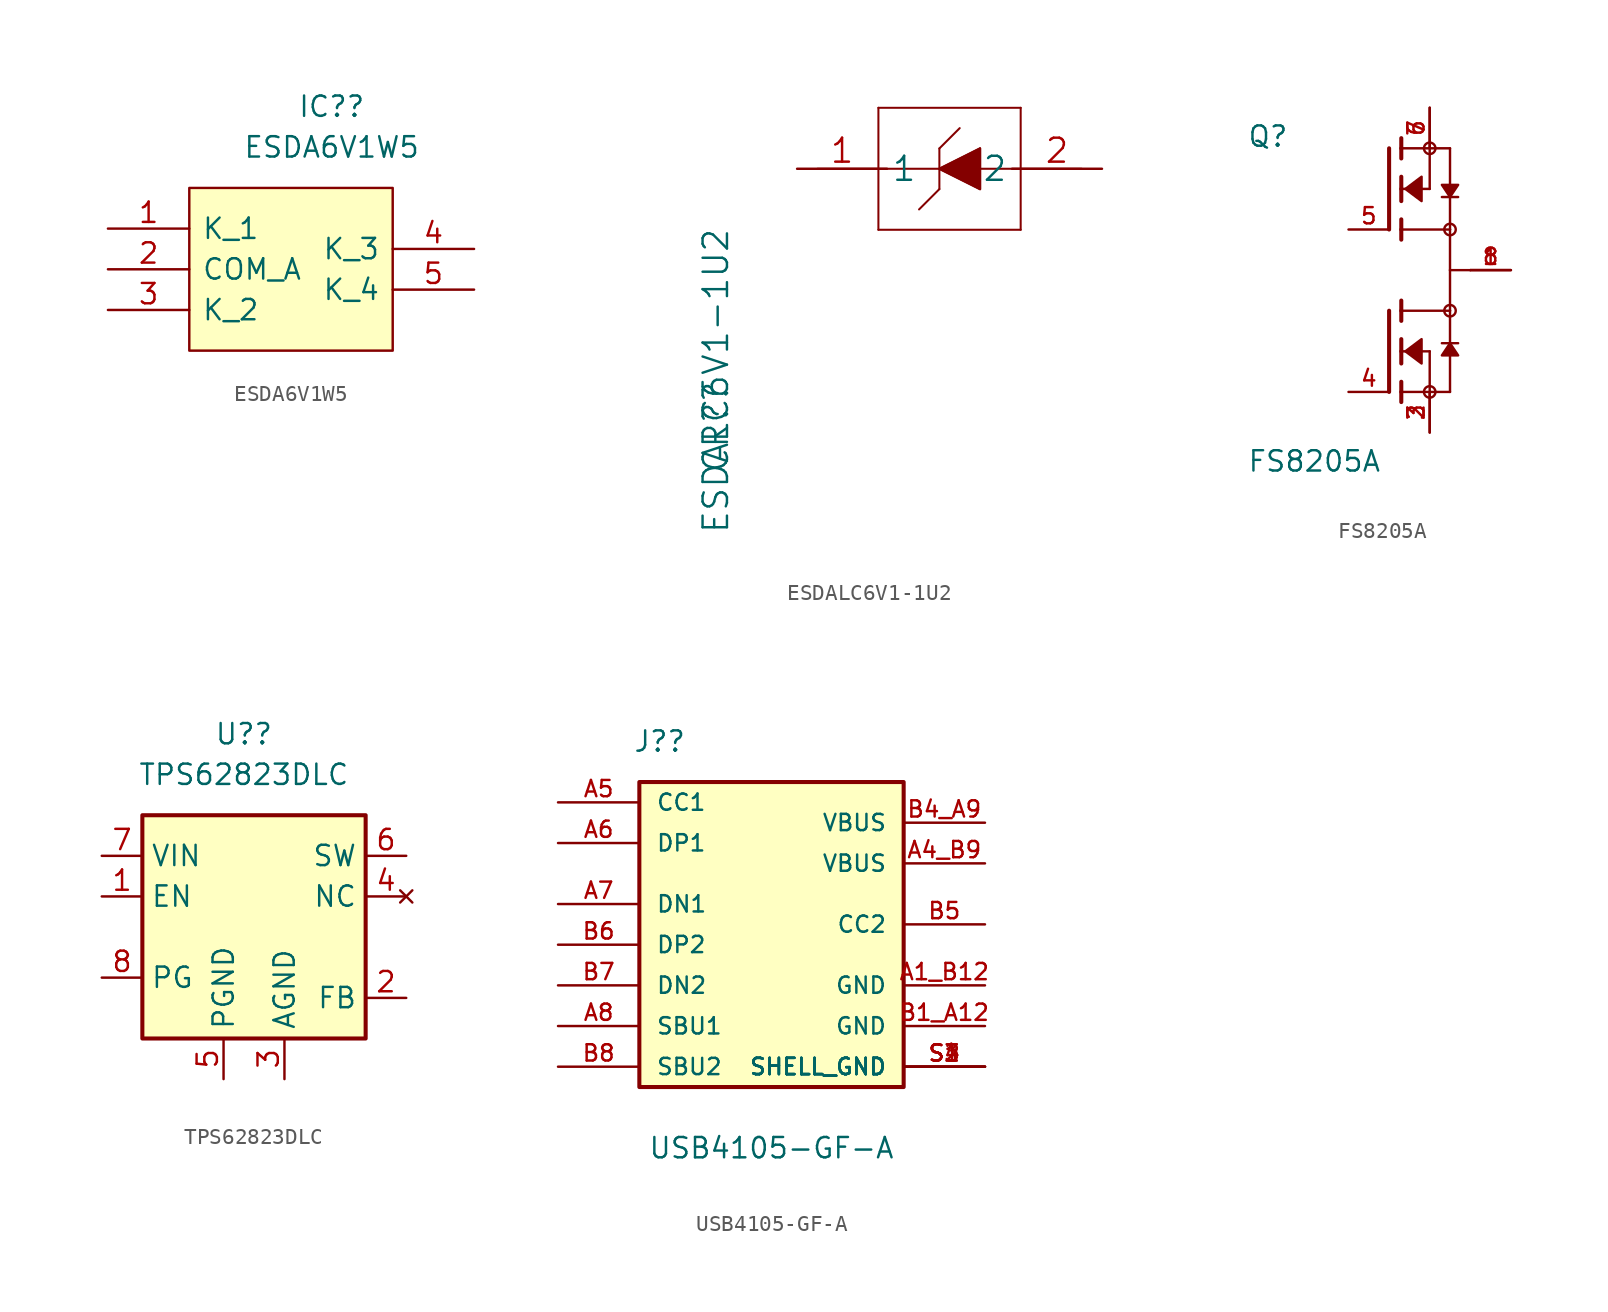
<source format=kicad_sym>
(kicad_symbol_lib
  (version 20211014)
  (generator kicad_symbol_editor)
  (symbol "ESDA6V1W5"
    (pin_names
      (offset 0.762))
    (property "Reference" "IC?"
      (at 13.97 7.62 0)
      (effects (font (size 1.27 1.27))))
    (property "Value" "ESDA6V1W5"
      (at 13.97 5.08 0)
      (effects (font (size 1.27 1.27))))
    (symbol "ESDA6V1W5_0_0"
      (pin passive line (at 0 0 0) (length 5.08) (name "K_1" (effects (font (size 1.27 1.27)))) (number "1" (effects (font (size 1.27 1.27)))))
      (pin passive line (at 0 -2.54 0) (length 5.08) (name "COM_A" (effects (font (size 1.27 1.27)))) (number "2" (effects (font (size 1.27 1.27)))))
      (pin passive line (at 0 -5.08 0) (length 5.08) (name "K_2" (effects (font (size 1.27 1.27)))) (number "3" (effects (font (size 1.27 1.27)))))
      (pin passive line (at 22.86 -1.27 180) (length 5.08) (name "K_3" (effects (font (size 1.27 1.27)))) (number "4" (effects (font (size 1.27 1.27)))))
      (pin passive line (at 22.86 -3.81 180) (length 5.08) (name "K_4" (effects (font (size 1.27 1.27)))) (number "5" (effects (font (size 1.27 1.27))))))
    (symbol "ESDA6V1W5_0_1"
      (polyline (pts (xy 5.08 2.54) (xy 17.78 2.54) (xy 17.78 -7.62) (xy 5.08 -7.62) (xy 5.08 2.54)) (stroke (width 0.152) (type default) (color 0 0 0 0)) (fill (type background)))))
  (symbol "ESDALC6V1-1U2"
    (pin_names
      (offset 0.254))
    (property "Reference" "CR?"
      (at 5.08 -19.05 90)
      (effects (font (size 1.524 1.524)) (justify left)))
    (property "Value" "ESDALC6V1-1U2"
      (at 5.08 -22.86 90)
      (effects (font (size 1.524 1.524)) (justify left)))
    (property "Datasheet" ""
      (at 0 0 0)
      (effects (font (size 1.524 1.524))))
    (property "ki_locked" ""
      (at 0 0 0)
      (effects (font (size 1.27 1.27))))
    (symbol "ESDALC6V1-1U2_1_1"
      (polyline (pts (xy 11.43 0) (xy 27.94 0)) (stroke (width 0.127) (type default) (color 0 0 0 0)) (fill (type none)))
      (polyline (pts (xy 15.24 -3.81) (xy 24.13 -3.81)) (stroke (width 0.127) (type default) (color 0 0 0 0)) (fill (type none)))
      (polyline (pts (xy 15.24 3.81) (xy 15.24 -3.81)) (stroke (width 0.127) (type default) (color 0 0 0 0)) (fill (type none)))
      (polyline (pts (xy 19.05 -1.27) (xy 17.78 -2.54)) (stroke (width 0.127) (type default) (color 0 0 0 0)) (fill (type none)))
      (polyline (pts (xy 19.05 0) (xy 21.59 1.27)) (stroke (width 0.127) (type default) (color 0 0 0 0)) (fill (type none)))
      (polyline (pts (xy 19.05 1.27) (xy 19.05 -1.27)) (stroke (width 0.127) (type default) (color 0 0 0 0)) (fill (type none)))
      (polyline (pts (xy 19.05 1.27) (xy 20.32 2.54)) (stroke (width 0.127) (type default) (color 0 0 0 0)) (fill (type none)))
      (polyline (pts (xy 21.59 -1.27) (xy 19.05 0)) (stroke (width 0.127) (type default) (color 0 0 0 0)) (fill (type none)))
      (polyline (pts (xy 21.59 1.27) (xy 21.59 -1.27)) (stroke (width 0.127) (type default) (color 0 0 0 0)) (fill (type none)))
      (polyline (pts (xy 24.13 -3.81) (xy 24.13 3.81)) (stroke (width 0.127) (type default) (color 0 0 0 0)) (fill (type none)))
      (polyline (pts (xy 24.13 3.81) (xy 15.24 3.81)) (stroke (width 0.127) (type default) (color 0 0 0 0)) (fill (type none)))
      (polyline (pts (xy 19.05 0) (xy 21.59 1.27) (xy 21.59 -1.27) (xy 19.05 0)) (stroke (width 0) (type default) (color 0 0 0 0)) (fill (type outline)))
      (pin unspecified line (at 10.16 0 0) (length 5.62) (name "1" (effects (font (size 1.499 1.499)))) (number "1" (effects (font (size 1.499 1.499)))))
      (pin unspecified line (at 29.21 0 180) (length 5.62) (name "2" (effects (font (size 1.499 1.499)))) (number "2" (effects (font (size 1.499 1.499)))))))
  (symbol "FS8205A"
    (pin_names
      (offset 1.016))
    (property "Reference" "Q"
      (at -11.43 7.62 0)
      (effects (font (size 1.27 1.27)) (justify left bottom)))
    (property "Value" "FS8205A"
      (at -11.43 -12.7 0)
      (effects (font (size 1.27 1.27)) (justify left bottom)))
    (symbol "FS8205A_0_0"
      (circle (center 0 -7.62) (radius 0.359) (stroke (width 0) (type default) (color 0 0 0 0)) (fill (type none)))
      (polyline (pts (xy -2.54 -2.54) (xy -2.54 -7.62)) (stroke (width 0.254) (type default) (color 0 0 0 0)) (fill (type none)))
      (polyline (pts (xy -2.54 7.62) (xy -2.54 2.54)) (stroke (width 0.254) (type default) (color 0 0 0 0)) (fill (type none)))
      (polyline (pts (xy -1.778 -7.62) (xy -1.778 -8.255)) (stroke (width 0.254) (type default) (color 0 0 0 0)) (fill (type none)))
      (polyline (pts (xy -1.778 -6.985) (xy -1.778 -7.62)) (stroke (width 0.254) (type default) (color 0 0 0 0)) (fill (type none)))
      (polyline (pts (xy -1.778 -5.08) (xy -1.778 -5.842)) (stroke (width 0.254) (type default) (color 0 0 0 0)) (fill (type none)))
      (polyline (pts (xy -1.778 -5.08) (xy 0 -5.08)) (stroke (width 0.152) (type default) (color 0 0 0 0)) (fill (type none)))
      (polyline (pts (xy -1.778 -4.318) (xy -1.778 -5.08)) (stroke (width 0.254) (type default) (color 0 0 0 0)) (fill (type none)))
      (polyline (pts (xy -1.778 -2.54) (xy -1.778 -3.175)) (stroke (width 0.254) (type default) (color 0 0 0 0)) (fill (type none)))
      (polyline (pts (xy -1.778 -2.54) (xy 1.27 -2.54)) (stroke (width 0.152) (type default) (color 0 0 0 0)) (fill (type none)))
      (polyline (pts (xy -1.778 -1.905) (xy -1.778 -2.54)) (stroke (width 0.254) (type default) (color 0 0 0 0)) (fill (type none)))
      (polyline (pts (xy -1.778 2.54) (xy -1.778 1.905)) (stroke (width 0.254) (type default) (color 0 0 0 0)) (fill (type none)))
      (polyline (pts (xy -1.778 3.175) (xy -1.778 2.54)) (stroke (width 0.254) (type default) (color 0 0 0 0)) (fill (type none)))
      (polyline (pts (xy -1.778 5.08) (xy -1.778 4.318)) (stroke (width 0.254) (type default) (color 0 0 0 0)) (fill (type none)))
      (polyline (pts (xy -1.778 5.08) (xy 0 5.08)) (stroke (width 0.152) (type default) (color 0 0 0 0)) (fill (type none)))
      (polyline (pts (xy -1.778 5.842) (xy -1.778 5.08)) (stroke (width 0.254) (type default) (color 0 0 0 0)) (fill (type none)))
      (polyline (pts (xy -1.778 7.62) (xy -1.778 6.985)) (stroke (width 0.254) (type default) (color 0 0 0 0)) (fill (type none)))
      (polyline (pts (xy -1.778 7.62) (xy 1.27 7.62)) (stroke (width 0.152) (type default) (color 0 0 0 0)) (fill (type none)))
      (polyline (pts (xy -1.778 8.255) (xy -1.778 7.62)) (stroke (width 0.254) (type default) (color 0 0 0 0)) (fill (type none)))
      (polyline (pts (xy 0 -7.62) (xy -1.778 -7.62)) (stroke (width 0.152) (type default) (color 0 0 0 0)) (fill (type none)))
      (polyline (pts (xy 0 -7.62) (xy 1.27 -7.62)) (stroke (width 0.152) (type default) (color 0 0 0 0)) (fill (type none)))
      (polyline (pts (xy 0 -5.08) (xy 0 -7.62)) (stroke (width 0.152) (type default) (color 0 0 0 0)) (fill (type none)))
      (polyline (pts (xy 0 7.62) (xy 0 5.08)) (stroke (width 0.152) (type default) (color 0 0 0 0)) (fill (type none)))
      (polyline (pts (xy 0.762 4.572) (xy 1.27 4.572)) (stroke (width 0.152) (type default) (color 0 0 0 0)) (fill (type none)))
      (polyline (pts (xy 1.27 -4.572) (xy 0.762 -4.572)) (stroke (width 0.152) (type default) (color 0 0 0 0)) (fill (type none)))
      (polyline (pts (xy 1.27 -4.572) (xy 1.27 -7.62)) (stroke (width 0.152) (type default) (color 0 0 0 0)) (fill (type none)))
      (polyline (pts (xy 1.27 -2.54) (xy 1.27 -4.572)) (stroke (width 0.152) (type default) (color 0 0 0 0)) (fill (type none)))
      (polyline (pts (xy 1.27 -2.54) (xy 1.27 0)) (stroke (width 0.152) (type default) (color 0 0 0 0)) (fill (type none)))
      (polyline (pts (xy 1.27 0) (xy 1.27 2.54)) (stroke (width 0.152) (type default) (color 0 0 0 0)) (fill (type none)))
      (polyline (pts (xy 1.27 0) (xy 2.54 0)) (stroke (width 0.152) (type default) (color 0 0 0 0)) (fill (type none)))
      (polyline (pts (xy 1.27 2.54) (xy -1.778 2.54)) (stroke (width 0.152) (type default) (color 0 0 0 0)) (fill (type none)))
      (polyline (pts (xy 1.27 2.54) (xy 1.27 4.572)) (stroke (width 0.152) (type default) (color 0 0 0 0)) (fill (type none)))
      (polyline (pts (xy 1.27 4.572) (xy 1.27 7.62)) (stroke (width 0.152) (type default) (color 0 0 0 0)) (fill (type none)))
      (polyline (pts (xy 1.27 4.572) (xy 1.778 4.572)) (stroke (width 0.152) (type default) (color 0 0 0 0)) (fill (type none)))
      (polyline (pts (xy 1.778 -4.572) (xy 1.27 -4.572)) (stroke (width 0.152) (type default) (color 0 0 0 0)) (fill (type none)))
      (polyline (pts (xy -1.524 -5.08) (xy -0.508 -4.318) (xy -0.508 -5.842) (xy -1.524 -5.08)) (stroke (width 0.152) (type default) (color 0 0 0 0)) (fill (type outline)))
      (polyline (pts (xy -1.524 5.08) (xy -0.508 5.842) (xy -0.508 4.318) (xy -1.524 5.08)) (stroke (width 0.152) (type default) (color 0 0 0 0)) (fill (type outline)))
      (polyline (pts (xy 1.27 -4.572) (xy 0.762 -5.334) (xy 1.778 -5.334) (xy 1.27 -4.572)) (stroke (width 0.152) (type default) (color 0 0 0 0)) (fill (type outline)))
      (polyline (pts (xy 1.27 4.572) (xy 1.778 5.334) (xy 0.762 5.334) (xy 1.27 4.572)) (stroke (width 0.152) (type default) (color 0 0 0 0)) (fill (type outline)))
      (circle (center 0 7.62) (radius 0.359) (stroke (width 0) (type default) (color 0 0 0 0)) (fill (type none)))
      (circle (center 1.27 -2.54) (radius 0.359) (stroke (width 0) (type default) (color 0 0 0 0)) (fill (type none)))
      (circle (center 1.27 2.54) (radius 0.359) (stroke (width 0) (type default) (color 0 0 0 0)) (fill (type none)))
      (pin passive line (at 5.08 0 180) (length 2.54) (name "~" (effects (font (size 1.016 1.016)))) (number "1" (effects (font (size 1.016 1.016)))))
      (pin passive line (at 0 -10.16 90) (length 2.54) (name "~" (effects (font (size 1.016 1.016)))) (number "2" (effects (font (size 1.016 1.016)))))
      (pin passive line (at 0 -10.16 90) (length 2.54) (name "~" (effects (font (size 1.016 1.016)))) (number "3" (effects (font (size 1.016 1.016)))))
      (pin passive line (at -5.08 -7.62 0) (length 2.54) (name "~" (effects (font (size 1.016 1.016)))) (number "4" (effects (font (size 1.016 1.016)))))
      (pin passive line (at -5.08 2.54 0) (length 2.54) (name "~" (effects (font (size 1.016 1.016)))) (number "5" (effects (font (size 1.016 1.016)))))
      (pin passive line (at 0 10.16 270) (length 2.54) (name "~" (effects (font (size 1.016 1.016)))) (number "6" (effects (font (size 1.016 1.016)))))
      (pin passive line (at 0 10.16 270) (length 2.54) (name "~" (effects (font (size 1.016 1.016)))) (number "7" (effects (font (size 1.016 1.016)))))
      (pin passive line (at 5.08 0 180) (length 2.54) (name "~" (effects (font (size 1.016 1.016)))) (number "8" (effects (font (size 1.016 1.016)))))))
  (symbol "TPS62823DLC"
    (property "Reference" "U?"
      (at 0 15.24 0)
      (effects (font (size 1.27 1.27))))
    (property "Value" "TPS62823DLC"
      (at 0 12.7 0)
      (effects (font (size 1.27 1.27))))
    (symbol "TPS62823DLC_0_1"
      (rectangle (start -6.35 10.16) (end 7.62 -3.81) (stroke (width 0.254) (type default) (color 0 0 0 0)) (fill (type background))))
    (symbol "TPS62823DLC_1_1"
      (pin input line (at -8.89 5.08 0) (length 2.54) (name "EN" (effects (font (size 1.27 1.27)))) (number "1" (effects (font (size 1.27 1.27)))))
      (pin input line (at 10.16 -1.27 180) (length 2.54) (name "FB" (effects (font (size 1.27 1.27)))) (number "2" (effects (font (size 1.27 1.27)))))
      (pin power_in line (at 2.54 -6.35 90) (length 2.54) (name "AGND" (effects (font (size 1.27 1.27)))) (number "3" (effects (font (size 1.27 1.27)))))
      (pin no_connect line (at 10.16 5.08 180) (length 2.54) (name "NC" (effects (font (size 1.27 1.27)))) (number "4" (effects (font (size 1.27 1.27)))))
      (pin power_in line (at -1.27 -6.35 90) (length 2.54) (name "PGND" (effects (font (size 1.27 1.27)))) (number "5" (effects (font (size 1.27 1.27)))))
      (pin power_out line (at 10.16 7.62 180) (length 2.54) (name "SW" (effects (font (size 1.27 1.27)))) (number "6" (effects (font (size 1.27 1.27)))))
      (pin power_in line (at -8.89 7.62 0) (length 2.54) (name "VIN" (effects (font (size 1.27 1.27)))) (number "7" (effects (font (size 1.27 1.27)))))
      (pin open_collector line (at -8.89 0 0) (length 2.54) (name "PG" (effects (font (size 1.27 1.27)))) (number "8" (effects (font (size 1.27 1.27)))))))
  (symbol "USB4105-GF-A"
    (pin_names
      (offset 1.016))
    (property "Reference" "J?"
      (at -6.35 12.7 0)
      (effects (font (size 1.27 1.27))))
    (property "Value" "USB4105-GF-A"
      (at 0.635 -12.7 0)
      (effects (font (size 1.27 1.27))))
    (property "ki_locked" ""
      (at 0 0 0)
      (effects (font (size 1.27 1.27))))
    (symbol "USB4105-GF-A_0_0"
      (rectangle (start -7.62 10.16) (end 8.89 -8.89) (stroke (width 0.254) (type default) (color 0 0 0 0)) (fill (type background)))
      (pin power_in line (at 13.97 -2.54 180) (length 5.08) (name "GND" (effects (font (size 1.016 1.016)))) (number "A1_B12" (effects (font (size 1.016 1.016)))))
      (pin power_in line (at 13.97 5.08 180) (length 5.08) (name "VBUS" (effects (font (size 1.016 1.016)))) (number "A4_B9" (effects (font (size 1.016 1.016)))))
      (pin bidirectional line (at -12.7 8.89 0) (length 5.08) (name "CC1" (effects (font (size 1.016 1.016)))) (number "A5" (effects (font (size 1.016 1.016)))))
      (pin bidirectional line (at -12.7 6.35 0) (length 5.08) (name "DP1" (effects (font (size 1.016 1.016)))) (number "A6" (effects (font (size 1.016 1.016)))))
      (pin bidirectional line (at -12.7 2.54 0) (length 5.08) (name "DN1" (effects (font (size 1.016 1.016)))) (number "A7" (effects (font (size 1.016 1.016)))))
      (pin bidirectional line (at -12.7 -5.08 0) (length 5.08) (name "SBU1" (effects (font (size 1.016 1.016)))) (number "A8" (effects (font (size 1.016 1.016)))))
      (pin power_in line (at 13.97 -5.08 180) (length 5.08) (name "GND" (effects (font (size 1.016 1.016)))) (number "B1_A12" (effects (font (size 1.016 1.016)))))
      (pin power_in line (at 13.97 7.62 180) (length 5.08) (name "VBUS" (effects (font (size 1.016 1.016)))) (number "B4_A9" (effects (font (size 1.016 1.016)))))
      (pin bidirectional line (at 13.97 1.27 180) (length 5.08) (name "CC2" (effects (font (size 1.016 1.016)))) (number "B5" (effects (font (size 1.016 1.016)))))
      (pin bidirectional line (at -12.7 0 0) (length 5.08) (name "DP2" (effects (font (size 1.016 1.016)))) (number "B6" (effects (font (size 1.016 1.016)))))
      (pin bidirectional line (at -12.7 -2.54 0) (length 5.08) (name "DN2" (effects (font (size 1.016 1.016)))) (number "B7" (effects (font (size 1.016 1.016)))))
      (pin bidirectional line (at -12.7 -7.62 0) (length 5.08) (name "SBU2" (effects (font (size 1.016 1.016)))) (number "B8" (effects (font (size 1.016 1.016)))))
      (pin power_in line (at 13.97 -7.62 180) (length 5.08) (name "SHELL_GND" (effects (font (size 1.016 1.016)))) (number "S1" (effects (font (size 1.016 1.016)))))
      (pin power_in line (at 13.97 -7.62 180) (length 5.08) (name "SHELL_GND" (effects (font (size 1.016 1.016)))) (number "S2" (effects (font (size 1.016 1.016)))))
      (pin power_in line (at 13.97 -7.62 180) (length 5.08) (name "SHELL_GND" (effects (font (size 1.016 1.016)))) (number "S3" (effects (font (size 1.016 1.016)))))
      (pin power_in line (at 13.97 -7.62 180) (length 5.08) (name "SHELL_GND" (effects (font (size 1.016 1.016)))) (number "S4" (effects (font (size 1.016 1.016))))))))
</source>
